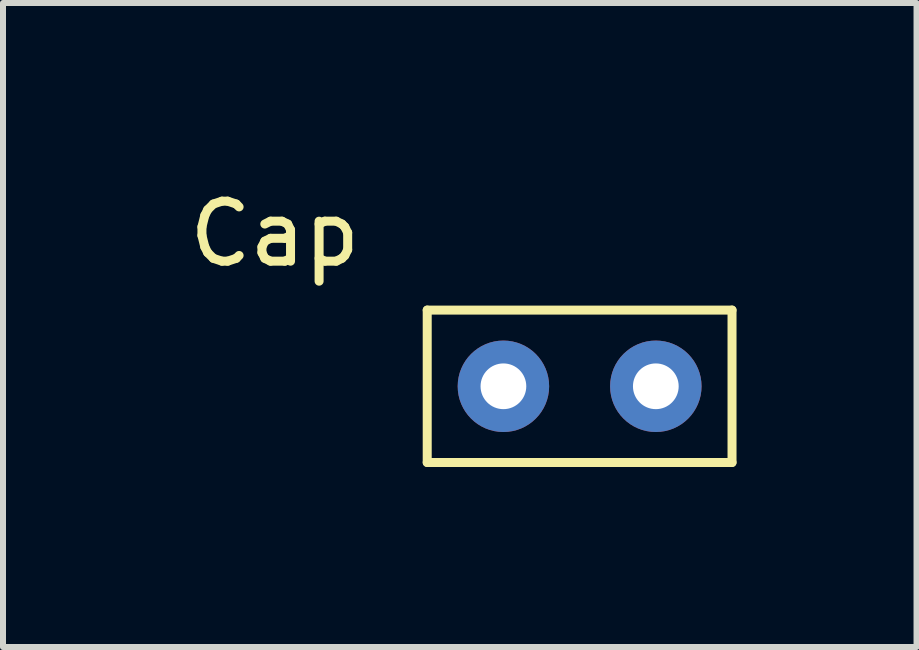
<source format=kicad_pcb>
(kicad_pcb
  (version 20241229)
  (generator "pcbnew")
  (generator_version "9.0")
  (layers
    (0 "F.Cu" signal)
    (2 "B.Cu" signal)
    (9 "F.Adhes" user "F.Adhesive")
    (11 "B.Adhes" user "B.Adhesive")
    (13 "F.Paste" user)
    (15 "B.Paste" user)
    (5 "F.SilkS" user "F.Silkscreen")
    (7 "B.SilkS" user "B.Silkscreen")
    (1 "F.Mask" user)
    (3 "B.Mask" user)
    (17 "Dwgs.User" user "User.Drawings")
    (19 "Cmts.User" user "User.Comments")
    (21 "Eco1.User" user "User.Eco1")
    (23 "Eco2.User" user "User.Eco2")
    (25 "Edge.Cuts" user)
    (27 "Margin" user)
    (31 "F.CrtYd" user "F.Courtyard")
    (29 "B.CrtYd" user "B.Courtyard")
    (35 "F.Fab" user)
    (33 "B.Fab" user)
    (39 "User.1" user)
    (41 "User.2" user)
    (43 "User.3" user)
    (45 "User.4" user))
  (footprint "Cap"
    (layer "F.Cu")
    (at 4.07 2.118)
    (property "Reference" "Cap" (at -2.54 -1.27 0) (layer "F.SilkS") (effects (font (size 1 1) (thickness 0.15))))
    (attr through_hole)
    (fp_line (start 0 0) (end 5.08 0) (stroke (width 0.15) (type solid)) (layer "F.SilkS"))
    (fp_line (start 0 2.54) (end 0 0) (stroke (width 0.15) (type solid)) (layer "F.SilkS"))
    (fp_line (start 5.08 0) (end 5.08 2.54) (stroke (width 0.15) (type solid)) (layer "F.SilkS"))
    (fp_line (start 5.08 2.54) (end 0 2.54) (stroke (width 0.15) (type solid)) (layer "F.SilkS"))
    (pad "1" thru_hole circle (at 1.27 1.27) (size 1.524 1.524) (drill 0.762) (layers "*.Cu" "*.Mask"))
    (pad "2" thru_hole circle (at 3.81 1.27) (size 1.524 1.524) (drill 0.762) (layers "*.Cu" "*.Mask")))
  (gr_rect
    (start -3 -3)
    (end 12.225 7.733)
    (stroke (width 0.1) (type default))
    (fill no)
    (layer "Edge.Cuts")))
</source>
